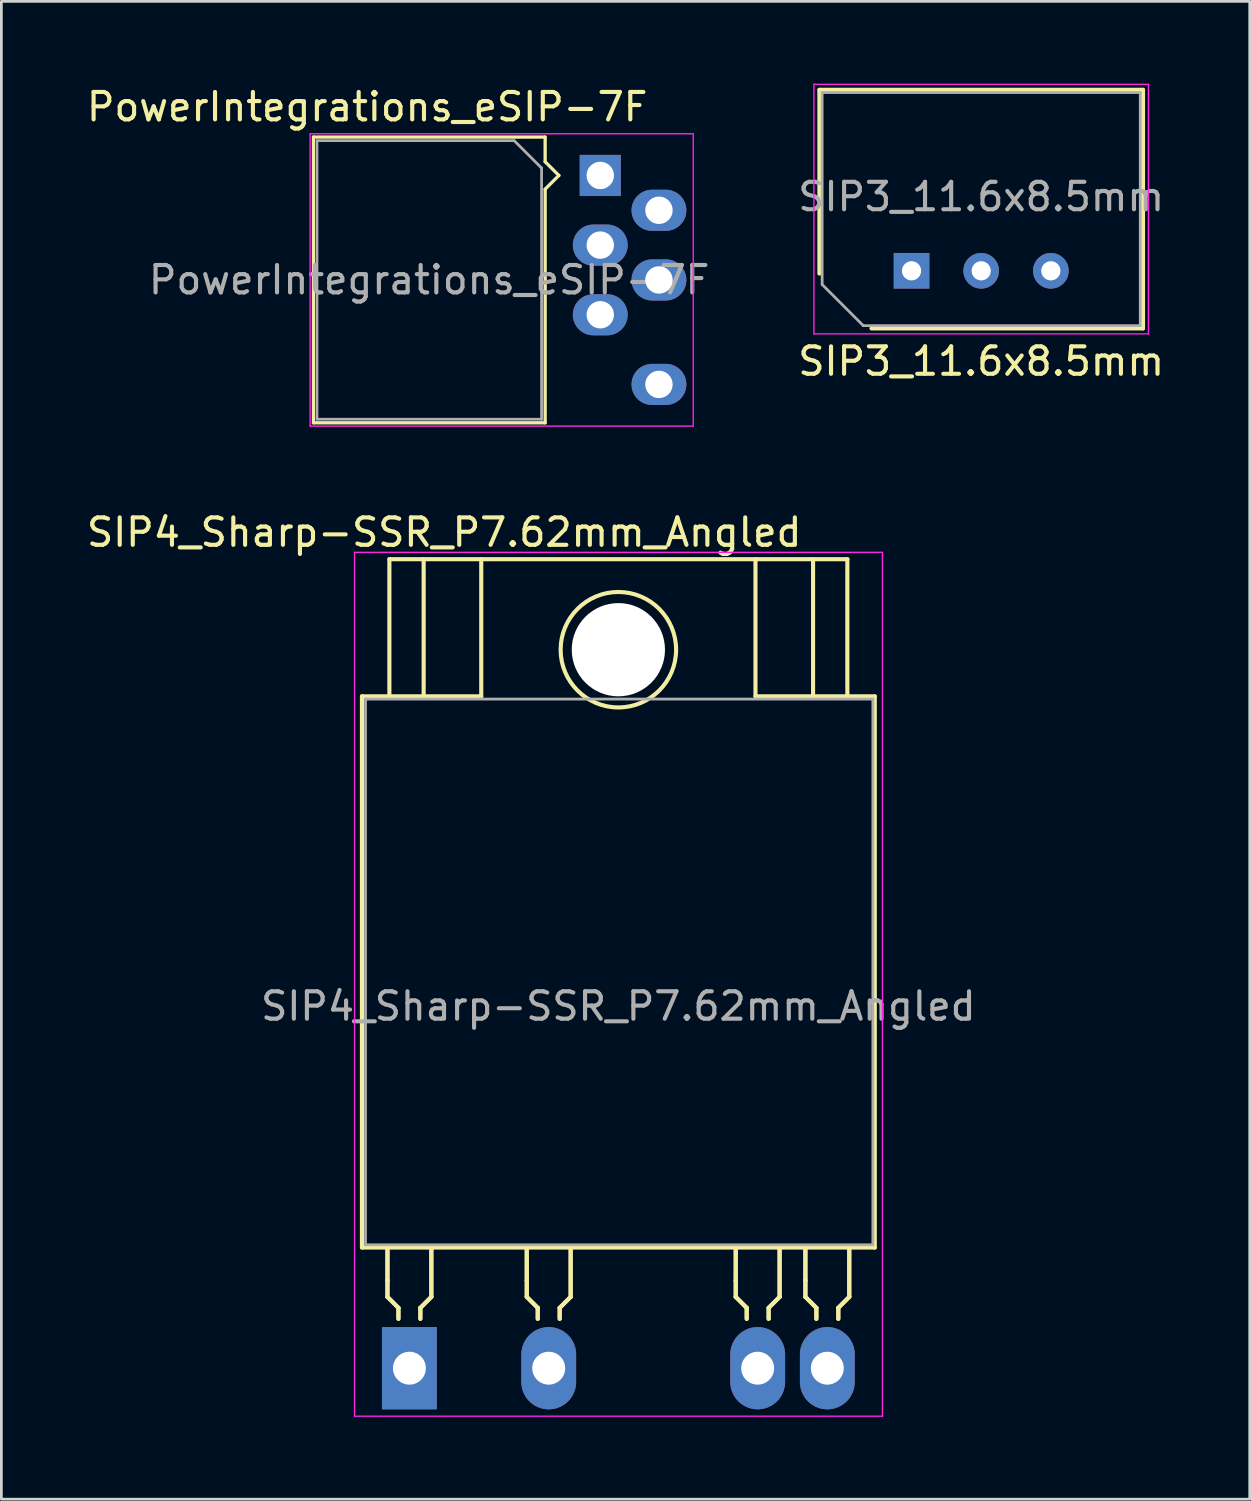
<source format=kicad_pcb>
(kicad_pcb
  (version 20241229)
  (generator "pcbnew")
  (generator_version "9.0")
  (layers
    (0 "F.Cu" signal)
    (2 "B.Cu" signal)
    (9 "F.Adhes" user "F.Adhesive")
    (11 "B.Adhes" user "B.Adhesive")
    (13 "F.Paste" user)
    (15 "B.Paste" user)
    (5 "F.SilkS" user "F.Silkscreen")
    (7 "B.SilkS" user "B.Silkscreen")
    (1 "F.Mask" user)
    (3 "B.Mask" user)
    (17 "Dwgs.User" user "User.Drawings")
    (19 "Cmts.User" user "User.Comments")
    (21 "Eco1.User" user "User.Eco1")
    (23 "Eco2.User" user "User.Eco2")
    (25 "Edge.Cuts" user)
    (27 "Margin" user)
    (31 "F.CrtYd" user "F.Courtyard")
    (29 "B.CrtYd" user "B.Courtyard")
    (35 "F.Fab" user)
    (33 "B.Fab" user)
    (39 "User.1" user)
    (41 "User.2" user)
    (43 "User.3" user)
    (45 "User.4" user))
  (footprint "PowerIntegrations_eSIP-7F"
    (layer "F.Cu")
    (at 18.839 3.348)
    (property "Reference" "PowerIntegrations_eSIP-7F" (at -8.5 -2.5 0) (layer "F.SilkS") (effects (font (size 1 1) (thickness 0.15))))
    (attr through_hole)
    (fp_line (start -10.46 -1.4) (end -2.01 -1.4) (stroke (width 0.12) (type solid)) (layer "F.SilkS"))
    (fp_line (start -10.46 9.02) (end -10.46 -1.4) (stroke (width 0.12) (type solid)) (layer "F.SilkS"))
    (fp_line (start -2.01 -0.5) (end -2.01 -1.4) (stroke (width 0.12) (type solid)) (layer "F.SilkS"))
    (fp_line (start -2.01 0.5) (end -2.01 9.02) (stroke (width 0.12) (type solid)) (layer "F.SilkS"))
    (fp_line (start -2.01 0.5) (end -1.51 0) (stroke (width 0.12) (type solid)) (layer "F.SilkS"))
    (fp_line (start -2.01 9.02) (end -10.46 9.02) (stroke (width 0.12) (type solid)) (layer "F.SilkS"))
    (fp_line (start -1.51 0) (end -2.01 -0.5) (stroke (width 0.12) (type solid)) (layer "F.SilkS"))
    (fp_line (start -10.58 -1.52) (end 3.39 -1.52) (stroke (width 0.05) (type solid)) (layer "F.CrtYd"))
    (fp_line (start -10.58 9.14) (end -10.58 -1.52) (stroke (width 0.05) (type solid)) (layer "F.CrtYd"))
    (fp_line (start 3.39 -1.52) (end 3.39 9.14) (stroke (width 0.05) (type solid)) (layer "F.CrtYd"))
    (fp_line (start 3.39 9.14) (end -10.58 9.14) (stroke (width 0.05) (type solid)) (layer "F.CrtYd"))
    (fp_line (start -10.33 -1.27) (end -3.14 -1.27) (stroke (width 0.1) (type solid)) (layer "F.Fab"))
    (fp_line (start -10.33 8.89) (end -10.33 -1.27) (stroke (width 0.1) (type solid)) (layer "F.Fab"))
    (fp_line (start -3.14 -1.27) (end -2.14 -0.27) (stroke (width 0.1) (type solid)) (layer "F.Fab"))
    (fp_line (start -2.14 -0.27) (end -2.14 8.89) (stroke (width 0.1) (type solid)) (layer "F.Fab"))
    (fp_line (start -2.14 8.89) (end -10.33 8.89) (stroke (width 0.1) (type solid)) (layer "F.Fab"))
    (fp_text user "${REFERENCE}" (at -6.24 3.81 0) (layer "F.Fab") (effects (font (size 1 1) (thickness 0.15))))
    (pad "1" thru_hole rect (at 0 0) (size 1.5 1.5) (drill 1) (layers "*.Cu" "*.Mask"))
    (pad "2" thru_hole oval (at 2.14 1.27) (size 2 1.5) (drill 1) (layers "*.Cu" "*.Mask"))
    (pad "3" thru_hole oval (at 0 2.54) (size 2 1.5) (drill 1) (layers "*.Cu" "*.Mask"))
    (pad "4" thru_hole oval (at 2.14 3.81) (size 2 1.5) (drill 1) (layers "*.Cu" "*.Mask"))
    (pad "5" thru_hole oval (at 0 5.08) (size 2 1.5) (drill 1) (layers "*.Cu" "*.Mask"))
    (pad "7" thru_hole oval (at 2.14 7.62) (size 2 1.5) (drill 1) (layers "*.Cu" "*.Mask")))
  (footprint "SIP3_11.6x8.5mm"
    (layer "F.Cu")
    (at 30.19 6.825)
    (property "Reference" "SIP3_11.6x8.5mm" (at 2.54 3.3 180) (layer "F.SilkS") (effects (font (size 1 1) (thickness 0.15))))
    (attr through_hole)
    (fp_line (start -3.36 -6.6) (end 8.44 -6.6) (stroke (width 0.15) (type solid)) (layer "F.SilkS"))
    (fp_line (start -3.36 0.1) (end -3.36 -6.6) (stroke (width 0.15) (type solid)) (layer "F.SilkS"))
    (fp_line (start -1.46 2.1) (end 8.44 2.1) (stroke (width 0.15) (type solid)) (layer "F.SilkS"))
    (fp_line (start 8.44 -6.6) (end 8.44 2.1) (stroke (width 0.15) (type solid)) (layer "F.SilkS"))
    (fp_line (start -3.56 2.3) (end -3.56 -6.8) (stroke (width 0.05) (type solid)) (layer "F.CrtYd"))
    (fp_line (start 8.64 -6.8) (end -3.56 -6.8) (stroke (width 0.05) (type solid)) (layer "F.CrtYd"))
    (fp_line (start 8.64 2.3) (end -3.56 2.3) (stroke (width 0.05) (type solid)) (layer "F.CrtYd"))
    (fp_line (start 8.64 2.3) (end 8.64 -6.8) (stroke (width 0.05) (type solid)) (layer "F.CrtYd"))
    (fp_line (start -3.26 -6.5) (end -3.26 0.5) (stroke (width 0.1) (type solid)) (layer "F.Fab"))
    (fp_line (start -3.26 0.5) (end -1.76 2) (stroke (width 0.1) (type solid)) (layer "F.Fab"))
    (fp_line (start 8.34 -6.5) (end -3.26 -6.5) (stroke (width 0.1) (type solid)) (layer "F.Fab"))
    (fp_line (start 8.34 2) (end -1.76 2) (stroke (width 0.1) (type solid)) (layer "F.Fab"))
    (fp_line (start 8.34 2) (end 8.34 -6.5) (stroke (width 0.1) (type solid)) (layer "F.Fab"))
    (fp_text user "${REFERENCE}" (at 2.54 -2.7 180) (layer "F.Fab") (effects (font (size 1 1) (thickness 0.15))))
    (pad "1" thru_hole rect (at 0 0 270) (size 1.3 1.3) (drill 0.7) (layers "*.Cu" "*.Mask"))
    (pad "2" thru_hole circle (at 2.54 0 180) (size 1.3 1.3) (drill 0.7) (layers "*.Cu" "*.Mask"))
    (pad "3" thru_hole circle (at 5.08 0 270) (size 1.3 1.3) (drill 0.7) (layers "*.Cu" "*.Mask")))
  (footprint "SIP4_Sharp-SSR_P7.62mm_Angled"
    (layer "F.Cu")
    (at 11.879 46.842)
    (property "Reference" "SIP4_Sharp-SSR_P7.62mm_Angled" (at 1.27 -30.48 0) (layer "F.SilkS") (effects (font (size 1 1) (thickness 0.15))))
    (attr through_hole)
    (fp_line (start -1.73 -24.5) (end 2.62 -24.5) (stroke (width 0.15) (type solid)) (layer "F.SilkS"))
    (fp_line (start -1.73 -4.4) (end -1.73 -24.5) (stroke (width 0.15) (type solid)) (layer "F.SilkS"))
    (fp_line (start -0.8 -3.2) (end -0.8 -4.4) (stroke (width 0.15) (type solid)) (layer "F.SilkS"))
    (fp_line (start -0.8 -3.2) (end -0.8 -4.4) (stroke (width 0.15) (type solid)) (layer "F.SilkS"))
    (fp_line (start -0.8 -2.6) (end -0.8 -3.2) (stroke (width 0.15) (type solid)) (layer "F.SilkS"))
    (fp_line (start -0.8 -2.6) (end -0.8 -3.2) (stroke (width 0.15) (type solid)) (layer "F.SilkS"))
    (fp_line (start -0.73 -29.5) (end 15.97 -29.5) (stroke (width 0.15) (type solid)) (layer "F.SilkS"))
    (fp_line (start -0.73 -24.5) (end -0.73 -29.5) (stroke (width 0.15) (type solid)) (layer "F.SilkS"))
    (fp_line (start -0.4 -2.2) (end -0.8 -2.6) (stroke (width 0.15) (type solid)) (layer "F.SilkS"))
    (fp_line (start -0.4 -2.2) (end -0.8 -2.6) (stroke (width 0.15) (type solid)) (layer "F.SilkS"))
    (fp_line (start -0.4 -2.2) (end -0.4 -1.8) (stroke (width 0.15) (type solid)) (layer "F.SilkS"))
    (fp_line (start -0.4 -2.2) (end -0.4 -1.8) (stroke (width 0.15) (type solid)) (layer "F.SilkS"))
    (fp_line (start 0.4 -2.2) (end 0.8 -2.6) (stroke (width 0.15) (type solid)) (layer "F.SilkS"))
    (fp_line (start 0.4 -2.2) (end 0.8 -2.6) (stroke (width 0.15) (type solid)) (layer "F.SilkS"))
    (fp_line (start 0.4 -1.8) (end 0.4 -2.2) (stroke (width 0.15) (type solid)) (layer "F.SilkS"))
    (fp_line (start 0.4 -1.8) (end 0.4 -2.2) (stroke (width 0.15) (type solid)) (layer "F.SilkS"))
    (fp_line (start 0.52 -24.5) (end 0.52 -29.5) (stroke (width 0.15) (type solid)) (layer "F.SilkS"))
    (fp_line (start 0.8 -2.6) (end 0.8 -4.4) (stroke (width 0.15) (type solid)) (layer "F.SilkS"))
    (fp_line (start 0.8 -2.6) (end 0.8 -4.4) (stroke (width 0.15) (type solid)) (layer "F.SilkS"))
    (fp_line (start 2.62 -29.5) (end 2.62 -24.5) (stroke (width 0.15) (type solid)) (layer "F.SilkS"))
    (fp_line (start 4.28 -3.2) (end 4.28 -4.4) (stroke (width 0.15) (type solid)) (layer "F.SilkS"))
    (fp_line (start 4.28 -3.2) (end 4.28 -4.4) (stroke (width 0.15) (type solid)) (layer "F.SilkS"))
    (fp_line (start 4.28 -2.6) (end 4.28 -3.2) (stroke (width 0.15) (type solid)) (layer "F.SilkS"))
    (fp_line (start 4.28 -2.6) (end 4.28 -3.2) (stroke (width 0.15) (type solid)) (layer "F.SilkS"))
    (fp_line (start 4.68 -2.2) (end 4.28 -2.6) (stroke (width 0.15) (type solid)) (layer "F.SilkS"))
    (fp_line (start 4.68 -2.2) (end 4.28 -2.6) (stroke (width 0.15) (type solid)) (layer "F.SilkS"))
    (fp_line (start 4.68 -2.2) (end 4.68 -1.8) (stroke (width 0.15) (type solid)) (layer "F.SilkS"))
    (fp_line (start 4.68 -2.2) (end 4.68 -1.8) (stroke (width 0.15) (type solid)) (layer "F.SilkS"))
    (fp_line (start 5.48 -2.2) (end 5.88 -2.6) (stroke (width 0.15) (type solid)) (layer "F.SilkS"))
    (fp_line (start 5.48 -2.2) (end 5.88 -2.6) (stroke (width 0.15) (type solid)) (layer "F.SilkS"))
    (fp_line (start 5.48 -1.8) (end 5.48 -2.2) (stroke (width 0.15) (type solid)) (layer "F.SilkS"))
    (fp_line (start 5.48 -1.8) (end 5.48 -2.2) (stroke (width 0.15) (type solid)) (layer "F.SilkS"))
    (fp_line (start 5.88 -2.6) (end 5.88 -4.4) (stroke (width 0.15) (type solid)) (layer "F.SilkS"))
    (fp_line (start 5.88 -2.6) (end 5.88 -4.4) (stroke (width 0.15) (type solid)) (layer "F.SilkS"))
    (fp_line (start 11.9 -3.2) (end 11.9 -4.4) (stroke (width 0.15) (type solid)) (layer "F.SilkS"))
    (fp_line (start 11.9 -3.2) (end 11.9 -4.4) (stroke (width 0.15) (type solid)) (layer "F.SilkS"))
    (fp_line (start 11.9 -2.6) (end 11.9 -3.2) (stroke (width 0.15) (type solid)) (layer "F.SilkS"))
    (fp_line (start 11.9 -2.6) (end 11.9 -3.2) (stroke (width 0.15) (type solid)) (layer "F.SilkS"))
    (fp_line (start 12.3 -2.2) (end 11.9 -2.6) (stroke (width 0.15) (type solid)) (layer "F.SilkS"))
    (fp_line (start 12.3 -2.2) (end 11.9 -2.6) (stroke (width 0.15) (type solid)) (layer "F.SilkS"))
    (fp_line (start 12.3 -2.2) (end 12.3 -1.8) (stroke (width 0.15) (type solid)) (layer "F.SilkS"))
    (fp_line (start 12.3 -2.2) (end 12.3 -1.8) (stroke (width 0.15) (type solid)) (layer "F.SilkS"))
    (fp_line (start 12.62 -29.5) (end 12.62 -24.5) (stroke (width 0.15) (type solid)) (layer "F.SilkS"))
    (fp_line (start 12.62 -24.5) (end 16.97 -24.5) (stroke (width 0.15) (type solid)) (layer "F.SilkS"))
    (fp_line (start 13.1 -2.2) (end 13.5 -2.6) (stroke (width 0.15) (type solid)) (layer "F.SilkS"))
    (fp_line (start 13.1 -2.2) (end 13.5 -2.6) (stroke (width 0.15) (type solid)) (layer "F.SilkS"))
    (fp_line (start 13.1 -1.8) (end 13.1 -2.2) (stroke (width 0.15) (type solid)) (layer "F.SilkS"))
    (fp_line (start 13.1 -1.8) (end 13.1 -2.2) (stroke (width 0.15) (type solid)) (layer "F.SilkS"))
    (fp_line (start 13.5 -2.6) (end 13.5 -4.4) (stroke (width 0.15) (type solid)) (layer "F.SilkS"))
    (fp_line (start 13.5 -2.6) (end 13.5 -4.4) (stroke (width 0.15) (type solid)) (layer "F.SilkS"))
    (fp_line (start 14.44 -3.2) (end 14.44 -4.4) (stroke (width 0.15) (type solid)) (layer "F.SilkS"))
    (fp_line (start 14.44 -3.2) (end 14.44 -4.4) (stroke (width 0.15) (type solid)) (layer "F.SilkS"))
    (fp_line (start 14.44 -2.6) (end 14.44 -3.2) (stroke (width 0.15) (type solid)) (layer "F.SilkS"))
    (fp_line (start 14.44 -2.6) (end 14.44 -3.2) (stroke (width 0.15) (type solid)) (layer "F.SilkS"))
    (fp_line (start 14.72 -24.5) (end 14.72 -29.5) (stroke (width 0.15) (type solid)) (layer "F.SilkS"))
    (fp_line (start 14.84 -2.2) (end 14.44 -2.6) (stroke (width 0.15) (type solid)) (layer "F.SilkS"))
    (fp_line (start 14.84 -2.2) (end 14.44 -2.6) (stroke (width 0.15) (type solid)) (layer "F.SilkS"))
    (fp_line (start 14.84 -2.2) (end 14.84 -1.8) (stroke (width 0.15) (type solid)) (layer "F.SilkS"))
    (fp_line (start 14.84 -2.2) (end 14.84 -1.8) (stroke (width 0.15) (type solid)) (layer "F.SilkS"))
    (fp_line (start 15.64 -2.2) (end 16.04 -2.6) (stroke (width 0.15) (type solid)) (layer "F.SilkS"))
    (fp_line (start 15.64 -2.2) (end 16.04 -2.6) (stroke (width 0.15) (type solid)) (layer "F.SilkS"))
    (fp_line (start 15.64 -1.8) (end 15.64 -2.2) (stroke (width 0.15) (type solid)) (layer "F.SilkS"))
    (fp_line (start 15.64 -1.8) (end 15.64 -2.2) (stroke (width 0.15) (type solid)) (layer "F.SilkS"))
    (fp_line (start 15.97 -24.5) (end 15.97 -29.5) (stroke (width 0.15) (type solid)) (layer "F.SilkS"))
    (fp_line (start 16.04 -2.6) (end 16.04 -4.4) (stroke (width 0.15) (type solid)) (layer "F.SilkS"))
    (fp_line (start 16.04 -2.6) (end 16.04 -4.4) (stroke (width 0.15) (type solid)) (layer "F.SilkS"))
    (fp_line (start 16.97 -24.5) (end 16.97 -4.4) (stroke (width 0.15) (type solid)) (layer "F.SilkS"))
    (fp_line (start 16.97 -4.4) (end -1.73 -4.4) (stroke (width 0.15) (type solid)) (layer "F.SilkS"))
    (fp_circle (center 7.62 -26.2) (end 9.35 -27.4) (stroke (width 0.15) (type solid)) (fill no) (layer "F.SilkS"))
    (fp_line (start -2 -29.75) (end 17.25 -29.75) (stroke (width 0.05) (type solid)) (layer "F.CrtYd"))
    (fp_line (start -2 1.75) (end -2 -29.75) (stroke (width 0.05) (type solid)) (layer "F.CrtYd"))
    (fp_line (start 17.25 -29.75) (end 17.25 1.75) (stroke (width 0.05) (type solid)) (layer "F.CrtYd"))
    (fp_line (start 17.25 1.75) (end -2 1.75) (stroke (width 0.05) (type solid)) (layer "F.CrtYd"))
    (fp_line (start -1.6 -24.4) (end 16.9 -24.4) (stroke (width 0.1) (type solid)) (layer "F.Fab"))
    (fp_line (start -1.6 -4.5) (end -1.6 -24.4) (stroke (width 0.1) (type solid)) (layer "F.Fab"))
    (fp_line (start 16.9 -24.4) (end 16.9 -4.5) (stroke (width 0.1) (type solid)) (layer "F.Fab"))
    (fp_line (start 16.9 -4.5) (end -1.6 -4.5) (stroke (width 0.1) (type solid)) (layer "F.Fab"))
    (fp_text user "${REFERENCE}" (at 7.62 -13.2 0) (layer "F.Fab") (effects (font (size 1 1) (thickness 0.15))))
    (pad "" np_thru_hole circle (at 7.62 -26.2) (size 3.4 3.4) (drill 3.4) (layers "*.Cu" "*.Mask"))
    (pad "1" thru_hole rect (at 0 0) (size 2 3) (drill 1.2) (layers "*.Cu" "*.Mask"))
    (pad "2" thru_hole oval (at 5.08 0) (size 2 3) (drill 1.2) (layers "*.Cu" "*.Mask"))
    (pad "3" thru_hole oval (at 12.7 0) (size 2 3) (drill 1.2) (layers "*.Cu" "*.Mask"))
    (pad "4" thru_hole oval (at 15.24 0) (size 2 3) (drill 1.2) (layers "*.Cu" "*.Mask")))
  (gr_rect
    (start -3 -3)
    (end 42.522 51.617)
    (stroke (width 0.1) (type default))
    (fill no)
    (layer "Edge.Cuts")))
</source>
